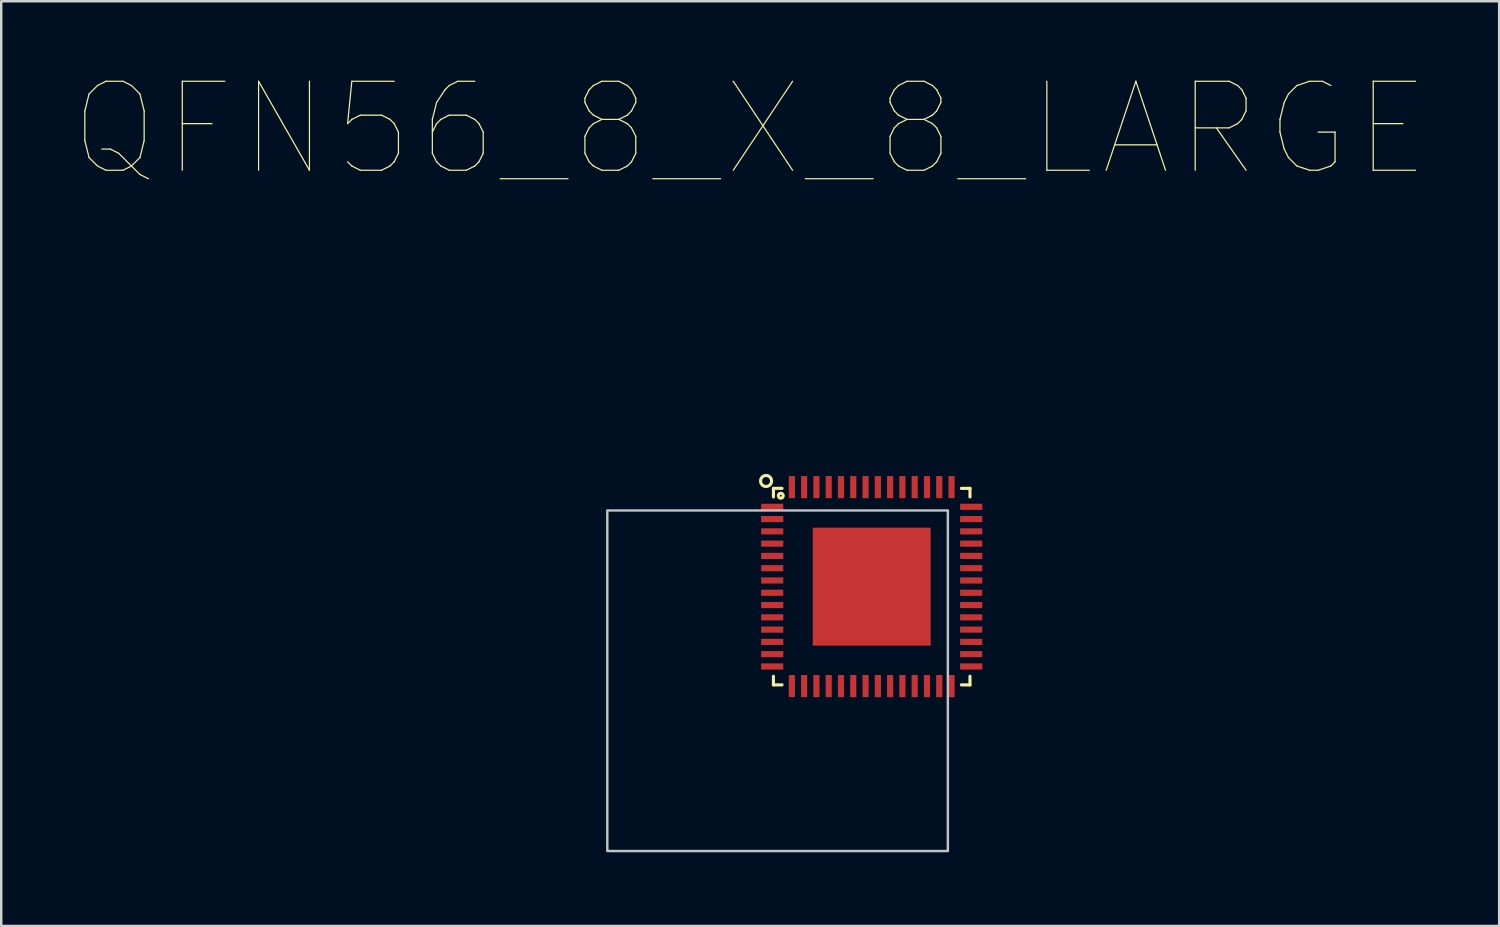
<source format=kicad_pcb>
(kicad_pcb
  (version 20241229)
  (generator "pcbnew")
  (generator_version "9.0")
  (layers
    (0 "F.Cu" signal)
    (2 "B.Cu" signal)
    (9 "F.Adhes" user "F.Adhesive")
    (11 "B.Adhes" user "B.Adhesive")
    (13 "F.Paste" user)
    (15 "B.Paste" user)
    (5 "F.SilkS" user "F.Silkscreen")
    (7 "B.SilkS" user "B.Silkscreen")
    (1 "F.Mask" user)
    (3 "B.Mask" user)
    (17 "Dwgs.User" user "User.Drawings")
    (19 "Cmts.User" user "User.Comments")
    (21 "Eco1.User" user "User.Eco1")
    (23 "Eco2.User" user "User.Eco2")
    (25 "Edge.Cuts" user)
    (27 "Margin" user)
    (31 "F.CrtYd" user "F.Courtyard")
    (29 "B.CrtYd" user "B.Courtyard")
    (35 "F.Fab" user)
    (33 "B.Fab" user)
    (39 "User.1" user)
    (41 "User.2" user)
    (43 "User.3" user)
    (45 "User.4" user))
  (footprint "QFN56_8_X_8_LARGE"
    (layer "F.Cu")
    (at 32.435 20.83)
    (property "Reference" "QFN56_8_X_8_LARGE" (at -4.946 -18.623 0) (layer "F.SilkS") (effects (font (size 3.623 3.623) (thickness 0.05))))
    (attr smd)
    (fp_line (start -4 -4) (end -4 -3.65) (stroke (width 0.127) (type solid)) (layer "F.SilkS"))
    (fp_line (start -4 -4) (end -3.65 -4) (stroke (width 0.127) (type solid)) (layer "F.SilkS"))
    (fp_line (start -4 4) (end -4 3.65) (stroke (width 0.127) (type solid)) (layer "F.SilkS"))
    (fp_line (start -4 4) (end -3.65 4) (stroke (width 0.127) (type solid)) (layer "F.SilkS"))
    (fp_line (start 4 -4) (end 3.65 -4) (stroke (width 0.127) (type solid)) (layer "F.SilkS"))
    (fp_line (start 4 -4) (end 4 -3.65) (stroke (width 0.127) (type solid)) (layer "F.SilkS"))
    (fp_line (start 4 4) (end 3.65 4) (stroke (width 0.127) (type solid)) (layer "F.SilkS"))
    (fp_line (start 4 4) (end 4 3.65) (stroke (width 0.127) (type solid)) (layer "F.SilkS"))
    (fp_circle (center -4.3 -4.3) (end -4.076 -4.3) (stroke (width 0.127) (type solid)) (fill no) (layer "F.SilkS"))
    (fp_circle (center -3.7 -3.7) (end -3.6 -3.7) (stroke (width 0.127) (type solid)) (fill no) (layer "F.SilkS"))
    (fp_poly (pts (xy -10.763 -3.1) (xy 3.1 -3.1) (xy 3.1 10.763) (xy -10.763 10.763)) (stroke (width 0.1) (type solid)) (fill no) (layer "Dwgs.User"))
    (pad "1" smd rect (at -4.05 -3.25) (size 0.9 0.25) (layers "F.Cu" "F.Mask" "F.Paste"))
    (pad "2" smd rect (at -4.05 -2.75) (size 0.9 0.25) (layers "F.Cu" "F.Mask" "F.Paste"))
    (pad "3" smd rect (at -4.05 -2.25) (size 0.9 0.25) (layers "F.Cu" "F.Mask" "F.Paste"))
    (pad "4" smd rect (at -4.05 -1.75) (size 0.9 0.25) (layers "F.Cu" "F.Mask" "F.Paste"))
    (pad "5" smd rect (at -4.05 -1.25) (size 0.9 0.25) (layers "F.Cu" "F.Mask" "F.Paste"))
    (pad "6" smd rect (at -4.05 -0.75) (size 0.9 0.25) (layers "F.Cu" "F.Mask" "F.Paste"))
    (pad "7" smd rect (at -4.05 -0.25) (size 0.9 0.25) (layers "F.Cu" "F.Mask" "F.Paste"))
    (pad "8" smd rect (at -4.05 0.25) (size 0.9 0.25) (layers "F.Cu" "F.Mask" "F.Paste"))
    (pad "9" smd rect (at -4.05 0.75) (size 0.9 0.25) (layers "F.Cu" "F.Mask" "F.Paste"))
    (pad "10" smd rect (at -4.05 1.25) (size 0.9 0.25) (layers "F.Cu" "F.Mask" "F.Paste"))
    (pad "11" smd rect (at -4.05 1.75) (size 0.9 0.25) (layers "F.Cu" "F.Mask" "F.Paste"))
    (pad "12" smd rect (at -4.05 2.25) (size 0.9 0.25) (layers "F.Cu" "F.Mask" "F.Paste"))
    (pad "13" smd rect (at -4.05 2.75) (size 0.9 0.25) (layers "F.Cu" "F.Mask" "F.Paste"))
    (pad "14" smd rect (at -4.05 3.25) (size 0.9 0.25) (layers "F.Cu" "F.Mask" "F.Paste"))
    (pad "15" smd rect (at -3.25 4.05 90) (size 0.9 0.25) (layers "F.Cu" "F.Mask" "F.Paste"))
    (pad "16" smd rect (at -2.75 4.05 90) (size 0.9 0.25) (layers "F.Cu" "F.Mask" "F.Paste"))
    (pad "17" smd rect (at -2.25 4.05 90) (size 0.9 0.25) (layers "F.Cu" "F.Mask" "F.Paste"))
    (pad "18" smd rect (at -1.75 4.05 90) (size 0.9 0.25) (layers "F.Cu" "F.Mask" "F.Paste"))
    (pad "19" smd rect (at -1.25 4.05 90) (size 0.9 0.25) (layers "F.Cu" "F.Mask" "F.Paste"))
    (pad "20" smd rect (at -0.75 4.05 90) (size 0.9 0.25) (layers "F.Cu" "F.Mask" "F.Paste"))
    (pad "21" smd rect (at -0.25 4.05 90) (size 0.9 0.25) (layers "F.Cu" "F.Mask" "F.Paste"))
    (pad "22" smd rect (at 0.25 4.05 90) (size 0.9 0.25) (layers "F.Cu" "F.Mask" "F.Paste"))
    (pad "23" smd rect (at 0.75 4.05 90) (size 0.9 0.25) (layers "F.Cu" "F.Mask" "F.Paste"))
    (pad "24" smd rect (at 1.25 4.05 90) (size 0.9 0.25) (layers "F.Cu" "F.Mask" "F.Paste"))
    (pad "25" smd rect (at 1.75 4.05 90) (size 0.9 0.25) (layers "F.Cu" "F.Mask" "F.Paste"))
    (pad "26" smd rect (at 2.25 4.05 90) (size 0.9 0.25) (layers "F.Cu" "F.Mask" "F.Paste"))
    (pad "27" smd rect (at 2.75 4.05 90) (size 0.9 0.25) (layers "F.Cu" "F.Mask" "F.Paste"))
    (pad "28" smd rect (at 3.25 4.05 90) (size 0.9 0.25) (layers "F.Cu" "F.Mask" "F.Paste"))
    (pad "29" smd rect (at 4.05 3.25) (size 0.9 0.25) (layers "F.Cu" "F.Mask" "F.Paste"))
    (pad "30" smd rect (at 4.05 2.75) (size 0.9 0.25) (layers "F.Cu" "F.Mask" "F.Paste"))
    (pad "31" smd rect (at 4.05 2.25) (size 0.9 0.25) (layers "F.Cu" "F.Mask" "F.Paste"))
    (pad "32" smd rect (at 4.05 1.75) (size 0.9 0.25) (layers "F.Cu" "F.Mask" "F.Paste"))
    (pad "33" smd rect (at 4.05 1.25) (size 0.9 0.25) (layers "F.Cu" "F.Mask" "F.Paste"))
    (pad "34" smd rect (at 4.05 0.75) (size 0.9 0.25) (layers "F.Cu" "F.Mask" "F.Paste"))
    (pad "35" smd rect (at 4.05 0.25) (size 0.9 0.25) (layers "F.Cu" "F.Mask" "F.Paste"))
    (pad "36" smd rect (at 4.05 -0.25) (size 0.9 0.25) (layers "F.Cu" "F.Mask" "F.Paste"))
    (pad "37" smd rect (at 4.05 -0.75) (size 0.9 0.25) (layers "F.Cu" "F.Mask" "F.Paste"))
    (pad "38" smd rect (at 4.05 -1.25) (size 0.9 0.25) (layers "F.Cu" "F.Mask" "F.Paste"))
    (pad "39" smd rect (at 4.05 -1.75) (size 0.9 0.25) (layers "F.Cu" "F.Mask" "F.Paste"))
    (pad "40" smd rect (at 4.05 -2.25) (size 0.9 0.25) (layers "F.Cu" "F.Mask" "F.Paste"))
    (pad "41" smd rect (at 4.05 -2.75) (size 0.9 0.25) (layers "F.Cu" "F.Mask" "F.Paste"))
    (pad "42" smd rect (at 4.05 -3.25) (size 0.9 0.25) (layers "F.Cu" "F.Mask" "F.Paste"))
    (pad "43" smd rect (at 3.25 -4.05 90) (size 0.9 0.25) (layers "F.Cu" "F.Mask" "F.Paste"))
    (pad "44" smd rect (at 2.75 -4.05 90) (size 0.9 0.25) (layers "F.Cu" "F.Mask" "F.Paste"))
    (pad "45" smd rect (at 2.25 -4.05 90) (size 0.9 0.25) (layers "F.Cu" "F.Mask" "F.Paste"))
    (pad "46" smd rect (at 1.75 -4.05 90) (size 0.9 0.25) (layers "F.Cu" "F.Mask" "F.Paste"))
    (pad "47" smd rect (at 1.25 -4.05 90) (size 0.9 0.25) (layers "F.Cu" "F.Mask" "F.Paste"))
    (pad "48" smd rect (at 0.75 -4.05 90) (size 0.9 0.25) (layers "F.Cu" "F.Mask" "F.Paste"))
    (pad "49" smd rect (at 0.25 -4.05 90) (size 0.9 0.25) (layers "F.Cu" "F.Mask" "F.Paste"))
    (pad "50" smd rect (at -0.25 -4.05 90) (size 0.9 0.25) (layers "F.Cu" "F.Mask" "F.Paste"))
    (pad "51" smd rect (at -0.75 -4.05 90) (size 0.9 0.25) (layers "F.Cu" "F.Mask" "F.Paste"))
    (pad "52" smd rect (at -1.25 -4.05 90) (size 0.9 0.25) (layers "F.Cu" "F.Mask" "F.Paste"))
    (pad "53" smd rect (at -1.75 -4.05 90) (size 0.9 0.25) (layers "F.Cu" "F.Mask" "F.Paste"))
    (pad "54" smd rect (at -2.25 -4.05 90) (size 0.9 0.25) (layers "F.Cu" "F.Mask" "F.Paste"))
    (pad "55" smd rect (at -2.75 -4.05 90) (size 0.9 0.25) (layers "F.Cu" "F.Mask" "F.Paste"))
    (pad "56" smd rect (at -3.25 -4.05 90) (size 0.9 0.25) (layers "F.Cu" "F.Mask" "F.Paste"))
    (pad "CENTER" smd rect (at 0 0) (size 4.8 4.8) (layers "F.Cu" "F.Mask" "F.Paste")))
  (gr_rect
    (start -3 -3)
    (end 57.977 34.643)
    (stroke (width 0.1) (type default))
    (fill no)
    (layer "Edge.Cuts")))
</source>
